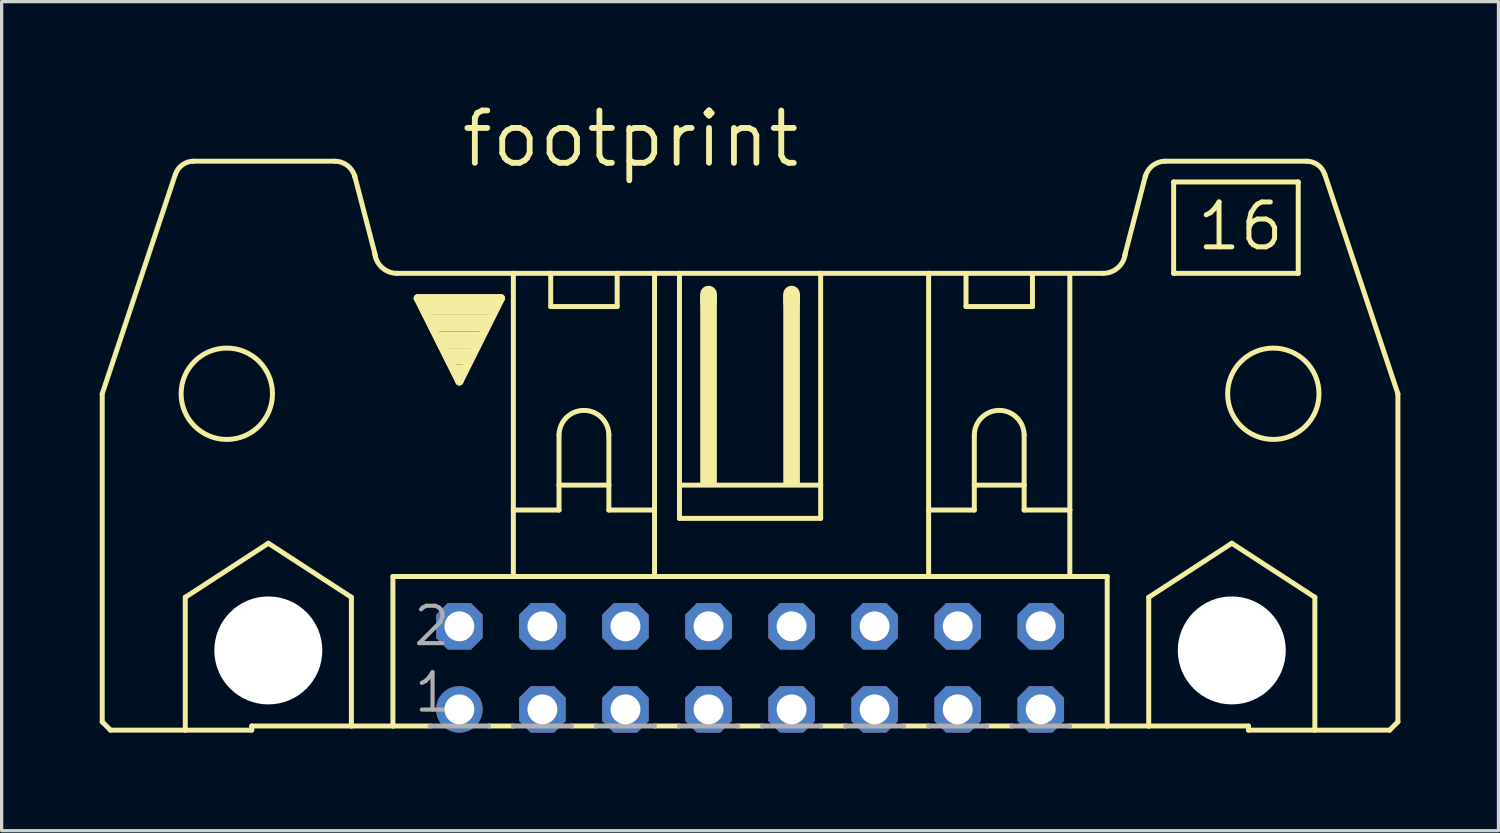
<source format=kicad_pcb>
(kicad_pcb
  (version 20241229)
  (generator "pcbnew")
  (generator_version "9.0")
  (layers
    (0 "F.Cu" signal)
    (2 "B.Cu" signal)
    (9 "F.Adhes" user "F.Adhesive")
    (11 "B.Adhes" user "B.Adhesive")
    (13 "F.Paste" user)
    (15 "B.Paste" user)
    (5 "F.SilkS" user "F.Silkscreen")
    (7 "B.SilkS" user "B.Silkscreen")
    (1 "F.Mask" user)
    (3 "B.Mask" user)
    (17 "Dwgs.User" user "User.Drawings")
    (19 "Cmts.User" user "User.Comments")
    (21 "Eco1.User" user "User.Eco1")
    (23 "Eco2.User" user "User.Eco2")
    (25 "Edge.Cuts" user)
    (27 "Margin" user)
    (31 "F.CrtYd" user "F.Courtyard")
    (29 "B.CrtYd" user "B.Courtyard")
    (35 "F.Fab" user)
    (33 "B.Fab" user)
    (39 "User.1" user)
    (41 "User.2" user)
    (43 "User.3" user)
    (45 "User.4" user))
  (footprint "footprint"
    (layer "F.Cu")
    (at 19.888 17.374)
    (property "Reference" "footprint" (at -8.915 -15.24 0) (layer "F.SilkS") (effects (font (size 1.6 1.6) (thickness 0.178)) (justify left bottom)))
    (fp_line (start -19.812 1.651) (end -19.812 -8.382) (stroke (width 0.152) (type solid)) (layer "F.SilkS"))
    (fp_line (start -19.812 1.651) (end -19.558 1.905) (stroke (width 0.152) (type solid)) (layer "F.SilkS"))
    (fp_line (start -19.558 1.905) (end -17.272 1.905) (stroke (width 0.152) (type solid)) (layer "F.SilkS"))
    (fp_line (start -17.577 -15.088) (end -19.812 -8.382) (stroke (width 0.152) (type solid)) (layer "F.SilkS"))
    (fp_line (start -17.272 -2.159) (end -14.732 -3.81) (stroke (width 0.152) (type solid)) (layer "F.SilkS"))
    (fp_line (start -17.272 1.905) (end -17.272 -2.159) (stroke (width 0.152) (type solid)) (layer "F.SilkS"))
    (fp_line (start -17.272 1.905) (end -15.24 1.905) (stroke (width 0.152) (type solid)) (layer "F.SilkS"))
    (fp_line (start -15.24 1.778) (end -15.24 1.905) (stroke (width 0.152) (type solid)) (layer "F.SilkS"))
    (fp_line (start -15.24 1.778) (end -12.192 1.778) (stroke (width 0.152) (type solid)) (layer "F.SilkS"))
    (fp_line (start -14.732 -3.81) (end -12.192 -2.159) (stroke (width 0.152) (type solid)) (layer "F.SilkS"))
    (fp_line (start -12.7 -15.494) (end -17.018 -15.494) (stroke (width 0.152) (type solid)) (layer "F.SilkS"))
    (fp_line (start -12.192 1.778) (end -12.192 -2.159) (stroke (width 0.152) (type solid)) (layer "F.SilkS"))
    (fp_line (start -12.192 1.778) (end -10.922 1.778) (stroke (width 0.152) (type solid)) (layer "F.SilkS"))
    (fp_line (start -11.455 -12.598) (end -12.09 -15.037) (stroke (width 0.152) (type solid)) (layer "F.SilkS"))
    (fp_line (start -10.922 -2.794) (end -10.922 1.778) (stroke (width 0.152) (type solid)) (layer "F.SilkS"))
    (fp_line (start -10.922 1.778) (end -9.779 1.778) (stroke (width 0.152) (type solid)) (layer "F.SilkS"))
    (fp_line (start -10.795 -12.065) (end -7.239 -12.065) (stroke (width 0.152) (type solid)) (layer "F.SilkS"))
    (fp_line (start -10.16 -11.303) (end -7.62 -11.303) (stroke (width 0.254) (type solid)) (layer "F.SilkS"))
    (fp_line (start -8.89 -8.763) (end -10.16 -11.303) (stroke (width 0.254) (type solid)) (layer "F.SilkS"))
    (fp_line (start -8.001 1.778) (end -7.239 1.778) (stroke (width 0.152) (type solid)) (layer "F.SilkS"))
    (fp_line (start -7.62 -11.303) (end -8.89 -8.763) (stroke (width 0.254) (type solid)) (layer "F.SilkS"))
    (fp_line (start -7.239 -12.065) (end -6.096 -12.065) (stroke (width 0.152) (type solid)) (layer "F.SilkS"))
    (fp_line (start -7.239 -4.826) (end -7.239 -12.065) (stroke (width 0.152) (type solid)) (layer "F.SilkS"))
    (fp_line (start -7.239 -4.826) (end -5.842 -4.826) (stroke (width 0.152) (type solid)) (layer "F.SilkS"))
    (fp_line (start -7.239 -2.794) (end -10.922 -2.794) (stroke (width 0.152) (type solid)) (layer "F.SilkS"))
    (fp_line (start -7.239 -2.794) (end -7.239 -4.826) (stroke (width 0.152) (type solid)) (layer "F.SilkS"))
    (fp_line (start -6.096 -12.065) (end -4.064 -12.065) (stroke (width 0.152) (type solid)) (layer "F.SilkS"))
    (fp_line (start -6.096 -11.049) (end -6.096 -12.065) (stroke (width 0.152) (type solid)) (layer "F.SilkS"))
    (fp_line (start -6.096 -11.049) (end -4.064 -11.049) (stroke (width 0.152) (type solid)) (layer "F.SilkS"))
    (fp_line (start -5.842 -7.112) (end -5.842 -5.588) (stroke (width 0.152) (type solid)) (layer "F.SilkS"))
    (fp_line (start -5.842 -5.588) (end -5.842 -4.826) (stroke (width 0.152) (type solid)) (layer "F.SilkS"))
    (fp_line (start -5.842 -5.588) (end -4.318 -5.588) (stroke (width 0.152) (type solid)) (layer "F.SilkS"))
    (fp_line (start -5.461 1.778) (end -4.699 1.778) (stroke (width 0.152) (type solid)) (layer "F.SilkS"))
    (fp_line (start -4.318 -7.112) (end -4.318 -5.588) (stroke (width 0.152) (type solid)) (layer "F.SilkS"))
    (fp_line (start -4.318 -5.588) (end -4.318 -4.826) (stroke (width 0.152) (type solid)) (layer "F.SilkS"))
    (fp_line (start -4.318 -4.826) (end -2.921 -4.826) (stroke (width 0.152) (type solid)) (layer "F.SilkS"))
    (fp_line (start -4.064 -12.065) (end -4.064 -11.049) (stroke (width 0.152) (type solid)) (layer "F.SilkS"))
    (fp_line (start -4.064 -12.065) (end -2.921 -12.065) (stroke (width 0.152) (type solid)) (layer "F.SilkS"))
    (fp_line (start -2.921 -12.065) (end -2.159 -12.065) (stroke (width 0.152) (type solid)) (layer "F.SilkS"))
    (fp_line (start -2.921 -4.826) (end -2.921 -12.065) (stroke (width 0.152) (type solid)) (layer "F.SilkS"))
    (fp_line (start -2.921 -4.826) (end -2.921 -2.794) (stroke (width 0.152) (type solid)) (layer "F.SilkS"))
    (fp_line (start -2.921 -2.794) (end -7.239 -2.794) (stroke (width 0.152) (type solid)) (layer "F.SilkS"))
    (fp_line (start -2.921 1.778) (end -2.159 1.778) (stroke (width 0.152) (type solid)) (layer "F.SilkS"))
    (fp_line (start -2.159 -12.065) (end -2.159 -5.588) (stroke (width 0.152) (type solid)) (layer "F.SilkS"))
    (fp_line (start -2.159 -12.065) (end 2.159 -12.065) (stroke (width 0.152) (type solid)) (layer "F.SilkS"))
    (fp_line (start -2.159 -5.588) (end -2.159 -4.572) (stroke (width 0.152) (type solid)) (layer "F.SilkS"))
    (fp_line (start -1.27 -11.176) (end -1.27 -11.43) (stroke (width 0.508) (type solid)) (layer "F.SilkS"))
    (fp_line (start -0.381 1.778) (end 0.381 1.778) (stroke (width 0.152) (type solid)) (layer "F.SilkS"))
    (fp_line (start 1.27 -11.176) (end 1.27 -11.43) (stroke (width 0.508) (type solid)) (layer "F.SilkS"))
    (fp_line (start 2.159 -12.065) (end 2.159 -5.588) (stroke (width 0.152) (type solid)) (layer "F.SilkS"))
    (fp_line (start 2.159 -12.065) (end 5.461 -12.065) (stroke (width 0.152) (type solid)) (layer "F.SilkS"))
    (fp_line (start 2.159 -5.588) (end -2.159 -5.588) (stroke (width 0.152) (type solid)) (layer "F.SilkS"))
    (fp_line (start 2.159 -5.588) (end 2.159 -4.572) (stroke (width 0.152) (type solid)) (layer "F.SilkS"))
    (fp_line (start 2.159 -4.572) (end -2.159 -4.572) (stroke (width 0.152) (type solid)) (layer "F.SilkS"))
    (fp_line (start 2.159 1.778) (end 2.921 1.778) (stroke (width 0.152) (type solid)) (layer "F.SilkS"))
    (fp_line (start 4.699 1.778) (end 5.461 1.778) (stroke (width 0.152) (type solid)) (layer "F.SilkS"))
    (fp_line (start 5.461 -12.065) (end 10.795 -12.065) (stroke (width 0.152) (type solid)) (layer "F.SilkS"))
    (fp_line (start 5.461 -4.826) (end 5.461 -12.065) (stroke (width 0.152) (type solid)) (layer "F.SilkS"))
    (fp_line (start 5.461 -4.826) (end 5.461 -2.794) (stroke (width 0.152) (type solid)) (layer "F.SilkS"))
    (fp_line (start 5.461 -4.826) (end 6.858 -4.826) (stroke (width 0.152) (type solid)) (layer "F.SilkS"))
    (fp_line (start 5.461 -2.794) (end -2.921 -2.794) (stroke (width 0.152) (type solid)) (layer "F.SilkS"))
    (fp_line (start 6.604 -11.049) (end 6.604 -12.065) (stroke (width 0.152) (type solid)) (layer "F.SilkS"))
    (fp_line (start 6.604 -11.049) (end 8.636 -11.049) (stroke (width 0.152) (type solid)) (layer "F.SilkS"))
    (fp_line (start 6.858 -7.112) (end 6.858 -5.588) (stroke (width 0.152) (type solid)) (layer "F.SilkS"))
    (fp_line (start 6.858 -5.588) (end 6.858 -4.826) (stroke (width 0.152) (type solid)) (layer "F.SilkS"))
    (fp_line (start 6.858 -5.588) (end 8.382 -5.588) (stroke (width 0.152) (type solid)) (layer "F.SilkS"))
    (fp_line (start 7.239 1.778) (end 8.001 1.778) (stroke (width 0.152) (type solid)) (layer "F.SilkS"))
    (fp_line (start 8.382 -7.112) (end 8.382 -5.588) (stroke (width 0.152) (type solid)) (layer "F.SilkS"))
    (fp_line (start 8.382 -5.588) (end 8.382 -4.826) (stroke (width 0.152) (type solid)) (layer "F.SilkS"))
    (fp_line (start 8.382 -4.826) (end 9.779 -4.826) (stroke (width 0.152) (type solid)) (layer "F.SilkS"))
    (fp_line (start 8.636 -12.065) (end 8.636 -11.049) (stroke (width 0.152) (type solid)) (layer "F.SilkS"))
    (fp_line (start 9.779 -4.826) (end 9.779 -12.065) (stroke (width 0.152) (type solid)) (layer "F.SilkS"))
    (fp_line (start 9.779 -4.826) (end 9.779 -2.794) (stroke (width 0.152) (type solid)) (layer "F.SilkS"))
    (fp_line (start 9.779 -2.794) (end 5.461 -2.794) (stroke (width 0.152) (type solid)) (layer "F.SilkS"))
    (fp_line (start 10.922 -2.794) (end 9.779 -2.794) (stroke (width 0.152) (type solid)) (layer "F.SilkS"))
    (fp_line (start 10.922 -2.794) (end 10.922 1.778) (stroke (width 0.152) (type solid)) (layer "F.SilkS"))
    (fp_line (start 10.922 1.778) (end 9.779 1.778) (stroke (width 0.152) (type solid)) (layer "F.SilkS"))
    (fp_line (start 11.455 -12.598) (end 12.09 -15.037) (stroke (width 0.152) (type solid)) (layer "F.SilkS"))
    (fp_line (start 12.192 -2.159) (end 14.732 -3.81) (stroke (width 0.152) (type solid)) (layer "F.SilkS"))
    (fp_line (start 12.192 1.778) (end 10.922 1.778) (stroke (width 0.152) (type solid)) (layer "F.SilkS"))
    (fp_line (start 12.192 1.778) (end 12.192 -2.159) (stroke (width 0.152) (type solid)) (layer "F.SilkS"))
    (fp_line (start 12.7 -15.494) (end 17.018 -15.494) (stroke (width 0.152) (type solid)) (layer "F.SilkS"))
    (fp_line (start 12.954 -14.859) (end 12.954 -12.065) (stroke (width 0.152) (type solid)) (layer "F.SilkS"))
    (fp_line (start 12.954 -12.065) (end 16.764 -12.065) (stroke (width 0.152) (type solid)) (layer "F.SilkS"))
    (fp_line (start 14.732 -3.81) (end 17.272 -2.159) (stroke (width 0.152) (type solid)) (layer "F.SilkS"))
    (fp_line (start 15.24 1.778) (end 12.192 1.778) (stroke (width 0.152) (type solid)) (layer "F.SilkS"))
    (fp_line (start 15.24 1.778) (end 15.24 1.905) (stroke (width 0.152) (type solid)) (layer "F.SilkS"))
    (fp_line (start 16.764 -14.859) (end 12.954 -14.859) (stroke (width 0.152) (type solid)) (layer "F.SilkS"))
    (fp_line (start 16.764 -14.859) (end 16.764 -12.065) (stroke (width 0.152) (type solid)) (layer "F.SilkS"))
    (fp_line (start 17.272 1.905) (end 15.24 1.905) (stroke (width 0.152) (type solid)) (layer "F.SilkS"))
    (fp_line (start 17.272 1.905) (end 17.272 -2.159) (stroke (width 0.152) (type solid)) (layer "F.SilkS"))
    (fp_line (start 17.577 -15.088) (end 19.812 -8.382) (stroke (width 0.152) (type solid)) (layer "F.SilkS"))
    (fp_line (start 19.558 1.905) (end 17.272 1.905) (stroke (width 0.152) (type solid)) (layer "F.SilkS"))
    (fp_line (start 19.812 1.651) (end 19.558 1.905) (stroke (width 0.152) (type solid)) (layer "F.SilkS"))
    (fp_line (start 19.812 1.651) (end 19.812 -8.382) (stroke (width 0.152) (type solid)) (layer "F.SilkS"))
    (fp_arc (start -17.5744 -15.0878) (mid -17.362453 -15.38168) (end -17.017999 -15.494101) (stroke (width 0.1524) (type solid)) (layer "F.SilkS"))
    (fp_arc (start -12.7 -15.494) (mid -12.318999 -15.367) (end -12.090399 -15.036799) (stroke (width 0.1524) (type solid)) (layer "F.SilkS"))
    (fp_arc (start -12.0904 -15.0368) (mid -12.087084 -15.024931) (end -12.084 -15.013) (stroke (width 0.1524) (type solid)) (layer "F.SilkS"))
    (fp_arc (start -10.794999 -12.064999) (mid -11.246774 -12.234823) (end -11.4748 -12.6602) (stroke (width 0.1524) (type solid)) (layer "F.SilkS"))
    (fp_arc (start -5.842 -7.112) (mid -5.08 -7.874) (end -4.318 -7.112) (stroke (width 0.1524) (type solid)) (layer "F.SilkS"))
    (fp_arc (start 6.858 -7.112) (mid 7.62 -7.874) (end 8.382 -7.112) (stroke (width 0.1524) (type solid)) (layer "F.SilkS"))
    (fp_arc (start 11.474799 -12.660201) (mid 11.246774 -12.234825) (end 10.795 -12.065) (stroke (width 0.1524) (type solid)) (layer "F.SilkS"))
    (fp_arc (start 12.084 -15.013) (mid 12.087084 -15.024931) (end 12.0904 -15.0368) (stroke (width 0.1524) (type solid)) (layer "F.SilkS"))
    (fp_arc (start 12.0904 -15.0368) (mid 12.319001 -15.367) (end 12.700001 -15.493999) (stroke (width 0.1524) (type solid)) (layer "F.SilkS"))
    (fp_arc (start 17.018 -15.494) (mid 17.362385 -15.381609) (end 17.5743 -15.087799) (stroke (width 0.1524) (type solid)) (layer "F.SilkS"))
    (fp_circle (center -16.002 -8.382) (end -14.605 -8.382) (stroke (width 0.152) (type solid)) (fill no) (layer "F.SilkS"))
    (fp_circle (center -14.732 -0.533) (end -13.411 -0.533) (stroke (width 0.152) (type solid)) (fill no) (layer "F.SilkS"))
    (fp_circle (center 14.732 -0.533) (end 16.053 -0.533) (stroke (width 0.152) (type solid)) (fill no) (layer "F.SilkS"))
    (fp_circle (center 16.002 -8.382) (end 17.399 -8.382) (stroke (width 0.152) (type solid)) (fill no) (layer "F.SilkS"))
    (fp_poly (pts (xy -10.033 -10.795) (xy -7.747 -10.795) (xy -7.747 -11.303) (xy -10.033 -11.303)) (stroke (width 0) (type solid)) (fill yes) (layer "F.SilkS"))
    (fp_poly (pts (xy -9.779 -10.287) (xy -8.001 -10.287) (xy -8.001 -10.795) (xy -9.779 -10.795)) (stroke (width 0) (type solid)) (fill yes) (layer "F.SilkS"))
    (fp_poly (pts (xy -9.525 -9.779) (xy -8.255 -9.779) (xy -8.255 -10.287) (xy -9.525 -10.287)) (stroke (width 0) (type solid)) (fill yes) (layer "F.SilkS"))
    (fp_poly (pts (xy -9.271 -9.271) (xy -8.509 -9.271) (xy -8.509 -9.779) (xy -9.271 -9.779)) (stroke (width 0) (type solid)) (fill yes) (layer "F.SilkS"))
    (fp_poly (pts (xy -9.017 -9.017) (xy -8.763 -9.017) (xy -8.763 -9.271) (xy -9.017 -9.271)) (stroke (width 0) (type solid)) (fill yes) (layer "F.SilkS"))
    (fp_poly (pts (xy -1.524 -5.588) (xy -1.016 -5.588) (xy -1.016 -11.43) (xy -1.524 -11.43)) (stroke (width 0) (type solid)) (fill yes) (layer "F.SilkS"))
    (fp_poly (pts (xy 1.016 -5.588) (xy 1.524 -5.588) (xy 1.524 -11.43) (xy 1.016 -11.43)) (stroke (width 0) (type solid)) (fill yes) (layer "F.SilkS"))
    (fp_line (start -9.779 1.778) (end -8.001 1.778) (stroke (width 0.152) (type solid)) (layer "F.Fab"))
    (fp_line (start -7.239 1.778) (end -5.461 1.778) (stroke (width 0.152) (type solid)) (layer "F.Fab"))
    (fp_line (start -4.699 1.778) (end -2.921 1.778) (stroke (width 0.152) (type solid)) (layer "F.Fab"))
    (fp_line (start -2.159 1.778) (end -0.381 1.778) (stroke (width 0.152) (type solid)) (layer "F.Fab"))
    (fp_line (start 2.159 1.778) (end 0.381 1.778) (stroke (width 0.152) (type solid)) (layer "F.Fab"))
    (fp_line (start 4.699 1.778) (end 2.921 1.778) (stroke (width 0.152) (type solid)) (layer "F.Fab"))
    (fp_line (start 7.239 1.778) (end 5.461 1.778) (stroke (width 0.152) (type solid)) (layer "F.Fab"))
    (fp_line (start 9.779 1.778) (end 8.001 1.778) (stroke (width 0.152) (type solid)) (layer "F.Fab"))
    (fp_text user "16" (at 13.589 -12.7 0) (layer "F.SilkS") (effects (font (size 1.372 1.372) (thickness 0.152)) (justify left bottom)))
    (fp_text user "1" (at -10.338 1.422 0) (layer "F.Fab") (effects (font (size 1.143 1.143) (thickness 0.127)) (justify left bottom)))
    (fp_text user "2" (at -10.363 -0.61 0) (layer "F.Fab") (effects (font (size 1.143 1.143) (thickness 0.127)) (justify left bottom)))
    (pad "" np_thru_hole circle (at -14.732 -0.533) (size 3.302 3.302) (drill 3.302) (layers "*.Cu" "*.Mask"))
    (pad "" np_thru_hole circle (at 14.732 -0.533) (size 3.302 3.302) (drill 3.302) (layers "*.Cu" "*.Mask"))
    (pad "1" thru_hole circle (at -8.89 1.27) (size 1.422 1.422) (drill 0.914) (layers "*.Cu" "*.Mask"))
    (pad "2" thru_hole roundrect (at -8.89 -1.27) (size 1.422 1.422) (drill 0.914) (layers "*.Cu" "*.Mask") (roundrect_rratio 0.25) (chamfer_ratio 0.25) (chamfer top_left top_right bottom_left bottom_right))
    (pad "3" thru_hole roundrect (at -6.35 1.27) (size 1.422 1.422) (drill 0.914) (layers "*.Cu" "*.Mask") (roundrect_rratio 0.25) (chamfer_ratio 0.25) (chamfer top_left top_right bottom_left bottom_right))
    (pad "4" thru_hole roundrect (at -6.35 -1.27) (size 1.422 1.422) (drill 0.914) (layers "*.Cu" "*.Mask") (roundrect_rratio 0.25) (chamfer_ratio 0.25) (chamfer top_left top_right bottom_left bottom_right))
    (pad "5" thru_hole roundrect (at -3.81 1.27) (size 1.422 1.422) (drill 0.914) (layers "*.Cu" "*.Mask") (roundrect_rratio 0.25) (chamfer_ratio 0.25) (chamfer top_left top_right bottom_left bottom_right))
    (pad "6" thru_hole roundrect (at -3.81 -1.27) (size 1.422 1.422) (drill 0.914) (layers "*.Cu" "*.Mask") (roundrect_rratio 0.25) (chamfer_ratio 0.25) (chamfer top_left top_right bottom_left bottom_right))
    (pad "7" thru_hole roundrect (at -1.27 1.27) (size 1.422 1.422) (drill 0.914) (layers "*.Cu" "*.Mask") (roundrect_rratio 0.25) (chamfer_ratio 0.25) (chamfer top_left top_right bottom_left bottom_right))
    (pad "8" thru_hole roundrect (at -1.27 -1.27) (size 1.422 1.422) (drill 0.914) (layers "*.Cu" "*.Mask") (roundrect_rratio 0.25) (chamfer_ratio 0.25) (chamfer top_left top_right bottom_left bottom_right))
    (pad "9" thru_hole roundrect (at 1.27 1.27) (size 1.422 1.422) (drill 0.914) (layers "*.Cu" "*.Mask") (roundrect_rratio 0.25) (chamfer_ratio 0.25) (chamfer top_left top_right bottom_left bottom_right))
    (pad "10" thru_hole roundrect (at 1.27 -1.27) (size 1.422 1.422) (drill 0.914) (layers "*.Cu" "*.Mask") (roundrect_rratio 0.25) (chamfer_ratio 0.25) (chamfer top_left top_right bottom_left bottom_right))
    (pad "11" thru_hole roundrect (at 3.81 1.27) (size 1.422 1.422) (drill 0.914) (layers "*.Cu" "*.Mask") (roundrect_rratio 0.25) (chamfer_ratio 0.25) (chamfer top_left top_right bottom_left bottom_right))
    (pad "12" thru_hole roundrect (at 3.81 -1.27) (size 1.422 1.422) (drill 0.914) (layers "*.Cu" "*.Mask") (roundrect_rratio 0.25) (chamfer_ratio 0.25) (chamfer top_left top_right bottom_left bottom_right))
    (pad "13" thru_hole roundrect (at 6.35 1.27) (size 1.422 1.422) (drill 0.914) (layers "*.Cu" "*.Mask") (roundrect_rratio 0.25) (chamfer_ratio 0.25) (chamfer top_left top_right bottom_left bottom_right))
    (pad "14" thru_hole roundrect (at 6.35 -1.27) (size 1.422 1.422) (drill 0.914) (layers "*.Cu" "*.Mask") (roundrect_rratio 0.25) (chamfer_ratio 0.25) (chamfer top_left top_right bottom_left bottom_right))
    (pad "15" thru_hole roundrect (at 8.89 1.27) (size 1.422 1.422) (drill 0.914) (layers "*.Cu" "*.Mask") (roundrect_rratio 0.25) (chamfer_ratio 0.25) (chamfer top_left top_right bottom_left bottom_right))
    (pad "16" thru_hole roundrect (at 8.89 -1.27) (size 1.422 1.422) (drill 0.914) (layers "*.Cu" "*.Mask") (roundrect_rratio 0.25) (chamfer_ratio 0.25) (chamfer top_left top_right bottom_left bottom_right))
    (zone (net_name "") (layers "F.Cu" "B.Cu") (hatch edge 0.508) (connect_pads) (min_thickness 0.254) (filled_areas_thickness no) (keepout (tracks allowed) (vias not_allowed) (pads allowed) (copperpour allowed) (footprints allowed)) (placement (enabled no)) (fill) (polygon (pts (xy 7.442 16.84) (xy 7.407 16.443) (xy 7.304 16.058) (xy 7.136 15.697) (xy 6.907 15.371) (xy 6.626 15.089) (xy 6.299 14.86) (xy 5.938 14.692) (xy 5.553 14.589) (xy 5.156 14.554) (xy 4.759 14.589) (xy 4.374 14.692) (xy 4.013 14.86) (xy 3.687 15.089) (xy 3.405 15.371) (xy 3.176 15.697) (xy 3.008 16.058) (xy 2.905 16.443) (xy 2.87 16.84) (xy 2.905 17.237) (xy 3.008 17.622) (xy 3.176 17.983) (xy 3.405 18.31) (xy 3.687 18.591) (xy 4.013 18.82) (xy 4.374 18.988) (xy 4.759 19.091) (xy 5.156 19.126) (xy 5.553 19.091) (xy 5.938 18.988) (xy 6.299 18.82) (xy 6.626 18.591) (xy 6.907 18.31) (xy 7.136 17.983) (xy 7.304 17.622) (xy 7.407 17.237))))
    (zone (net_name "") (layers "F.Cu" "B.Cu") (hatch edge 0.508) (connect_pads) (min_thickness 0.254) (filled_areas_thickness no) (keepout (tracks allowed) (vias not_allowed) (pads allowed) (copperpour allowed) (footprints allowed)) (placement (enabled no)) (fill) (polygon (pts (xy 36.906 16.84) (xy 36.871 16.443) (xy 36.768 16.058) (xy 36.6 15.697) (xy 36.371 15.371) (xy 36.09 15.089) (xy 35.763 14.86) (xy 35.402 14.692) (xy 35.017 14.589) (xy 34.62 14.554) (xy 34.223 14.589) (xy 33.838 14.692) (xy 33.477 14.86) (xy 33.151 15.089) (xy 32.869 15.371) (xy 32.64 15.697) (xy 32.472 16.058) (xy 32.369 16.443) (xy 32.334 16.84) (xy 32.369 17.237) (xy 32.472 17.622) (xy 32.64 17.983) (xy 32.869 18.31) (xy 33.151 18.591) (xy 33.477 18.82) (xy 33.838 18.988) (xy 34.223 19.091) (xy 34.62 19.126) (xy 35.017 19.091) (xy 35.402 18.988) (xy 35.763 18.82) (xy 36.09 18.591) (xy 36.371 18.31) (xy 36.6 17.983) (xy 36.768 17.622) (xy 36.871 17.237))))
    (zone (net_name "") (layer "B.Cu") (hatch edge 0.508) (connect_pads) (min_thickness 0.254) (filled_areas_thickness no) (keepout (tracks not_allowed) (vias not_allowed) (pads not_allowed) (copperpour not_allowed) (footprints allowed)) (placement (enabled no)) (fill) (polygon (pts (xy 7.442 16.84) (xy 7.407 16.443) (xy 7.304 16.058) (xy 7.136 15.697) (xy 6.907 15.371) (xy 6.626 15.089) (xy 6.299 14.86) (xy 5.938 14.692) (xy 5.553 14.589) (xy 5.156 14.554) (xy 4.759 14.589) (xy 4.374 14.692) (xy 4.013 14.86) (xy 3.687 15.089) (xy 3.405 15.371) (xy 3.176 15.697) (xy 3.008 16.058) (xy 2.905 16.443) (xy 2.87 16.84) (xy 2.905 17.237) (xy 3.008 17.622) (xy 3.176 17.983) (xy 3.405 18.31) (xy 3.687 18.591) (xy 4.013 18.82) (xy 4.374 18.988) (xy 4.759 19.091) (xy 5.156 19.126) (xy 5.553 19.091) (xy 5.938 18.988) (xy 6.299 18.82) (xy 6.626 18.591) (xy 6.907 18.31) (xy 7.136 17.983) (xy 7.304 17.622) (xy 7.407 17.237))))
    (zone (net_name "") (layer "B.Cu") (hatch edge 0.508) (connect_pads) (min_thickness 0.254) (filled_areas_thickness no) (keepout (tracks not_allowed) (vias not_allowed) (pads not_allowed) (copperpour not_allowed) (footprints allowed)) (placement (enabled no)) (fill) (polygon (pts (xy 36.906 16.84) (xy 36.871 16.443) (xy 36.768 16.058) (xy 36.6 15.697) (xy 36.371 15.371) (xy 36.09 15.089) (xy 35.763 14.86) (xy 35.402 14.692) (xy 35.017 14.589) (xy 34.62 14.554) (xy 34.223 14.589) (xy 33.838 14.692) (xy 33.477 14.86) (xy 33.151 15.089) (xy 32.869 15.371) (xy 32.64 15.697) (xy 32.472 16.058) (xy 32.369 16.443) (xy 32.334 16.84) (xy 32.369 17.237) (xy 32.472 17.622) (xy 32.64 17.983) (xy 32.869 18.31) (xy 33.151 18.591) (xy 33.477 18.82) (xy 33.838 18.988) (xy 34.223 19.091) (xy 34.62 19.126) (xy 35.017 19.091) (xy 35.402 18.988) (xy 35.763 18.82) (xy 36.09 18.591) (xy 36.371 18.31) (xy 36.6 17.983) (xy 36.768 17.622) (xy 36.871 17.237)))))
  (gr_rect
    (start -3 -3)
    (end 42.776 22.355)
    (stroke (width 0.1) (type default))
    (fill no)
    (layer "Edge.Cuts")))
</source>
